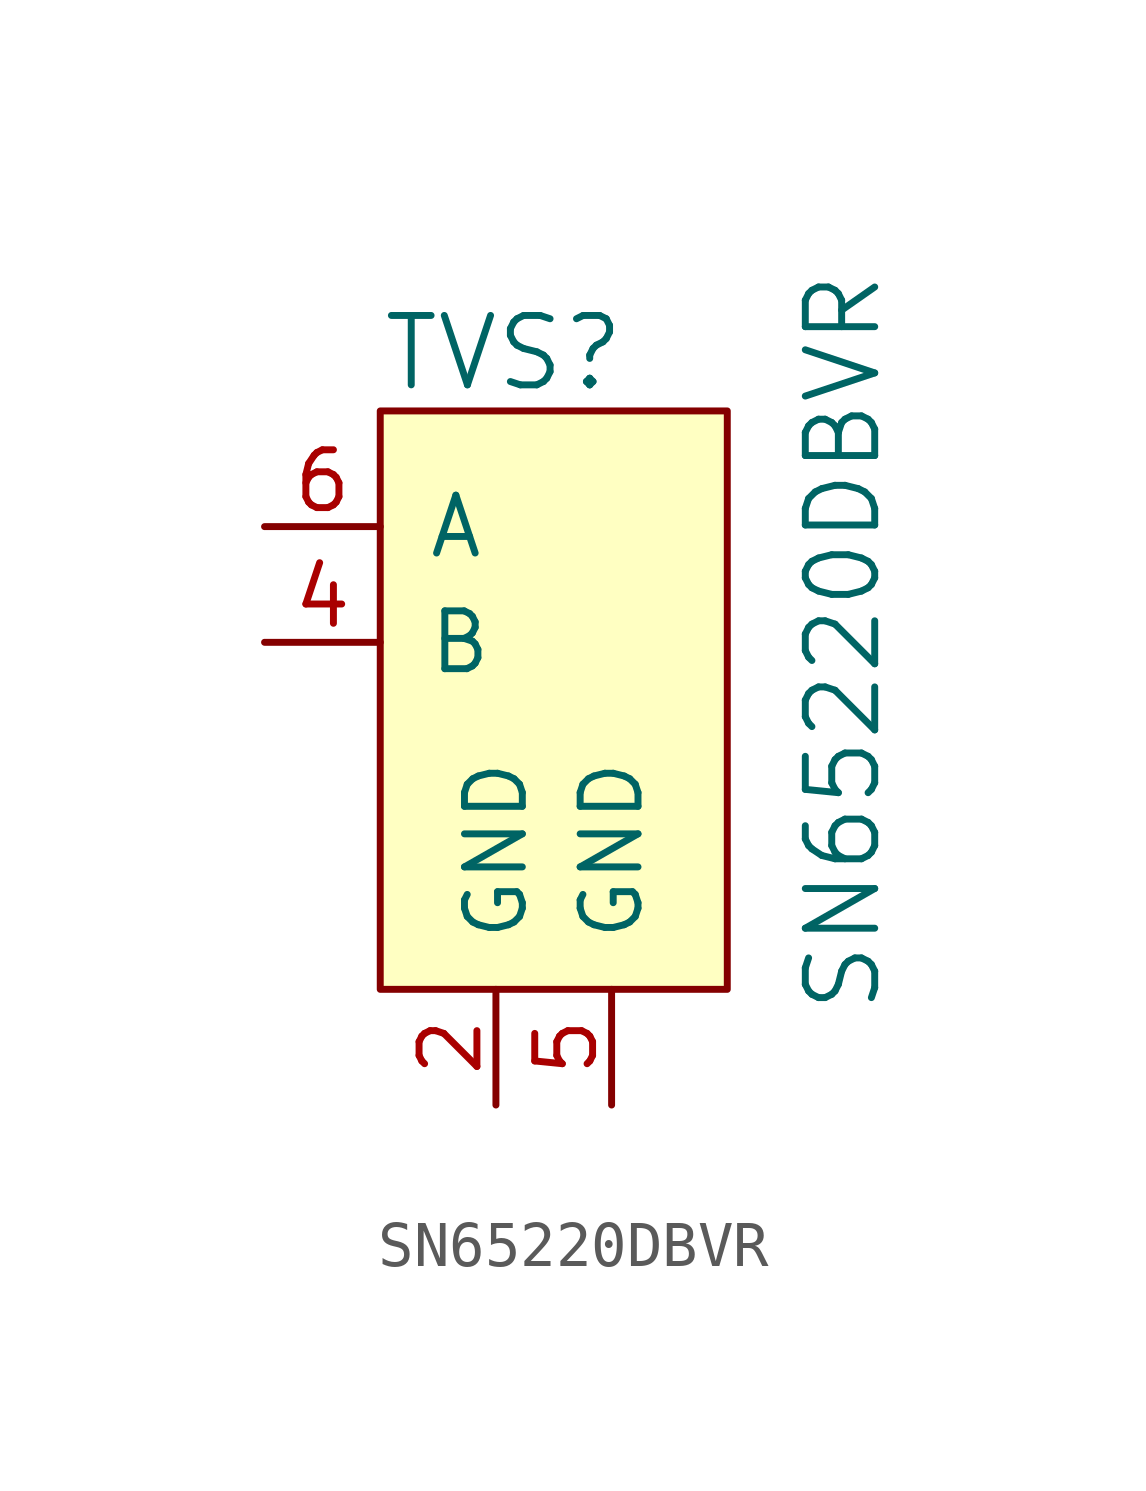
<source format=kicad_sym>
(kicad_symbol_lib
  (version 20231120)
  (generator "kicad_symbol_editor")
  (generator_version "8.0")
  (symbol "SN65220DBVR"
    (pin_names
      (offset 1.016))
    (property "Reference" "TVS"
      (at -2.54 6.35 0)
      (effects (font (size 1.524 1.524)) (justify left)))
    (property "Value" "SN65220DBVR"
      (at 7.62 0 90)
      (effects (font (size 1.524 1.524))))
    (symbol "SN65220DBVR_0_1"
      (rectangle (start -2.54 5.08) (end 5.08 -7.62) (stroke (width 0) (type solid)) (fill (type background))))
    (symbol "SN65220DBVR_1_1"
      (pin no_connect line (at 5.08 2.54 180) (length 2.54) hide (name "NC" (effects (font (size 1.27 1.27)))) (number "1" (effects (font (size 1.27 1.27)))))
      (pin power_in line (at 0 -10.16 90) (length 2.54) (name "GND" (effects (font (size 1.27 1.27)))) (number "2" (effects (font (size 1.27 1.27)))))
      (pin no_connect line (at 5.08 0 180) (length 2.54) hide (name "NC" (effects (font (size 1.27 1.27)))) (number "3" (effects (font (size 1.27 1.27)))))
      (pin input line (at -5.08 0 0) (length 2.54) (name "B" (effects (font (size 1.27 1.27)))) (number "4" (effects (font (size 1.27 1.27)))))
      (pin power_in line (at 2.54 -10.16 90) (length 2.54) (name "GND" (effects (font (size 1.27 1.27)))) (number "5" (effects (font (size 1.27 1.27)))))
      (pin input line (at -5.08 2.54 0) (length 2.54) (name "A" (effects (font (size 1.27 1.27)))) (number "6" (effects (font (size 1.27 1.27))))))))
</source>
